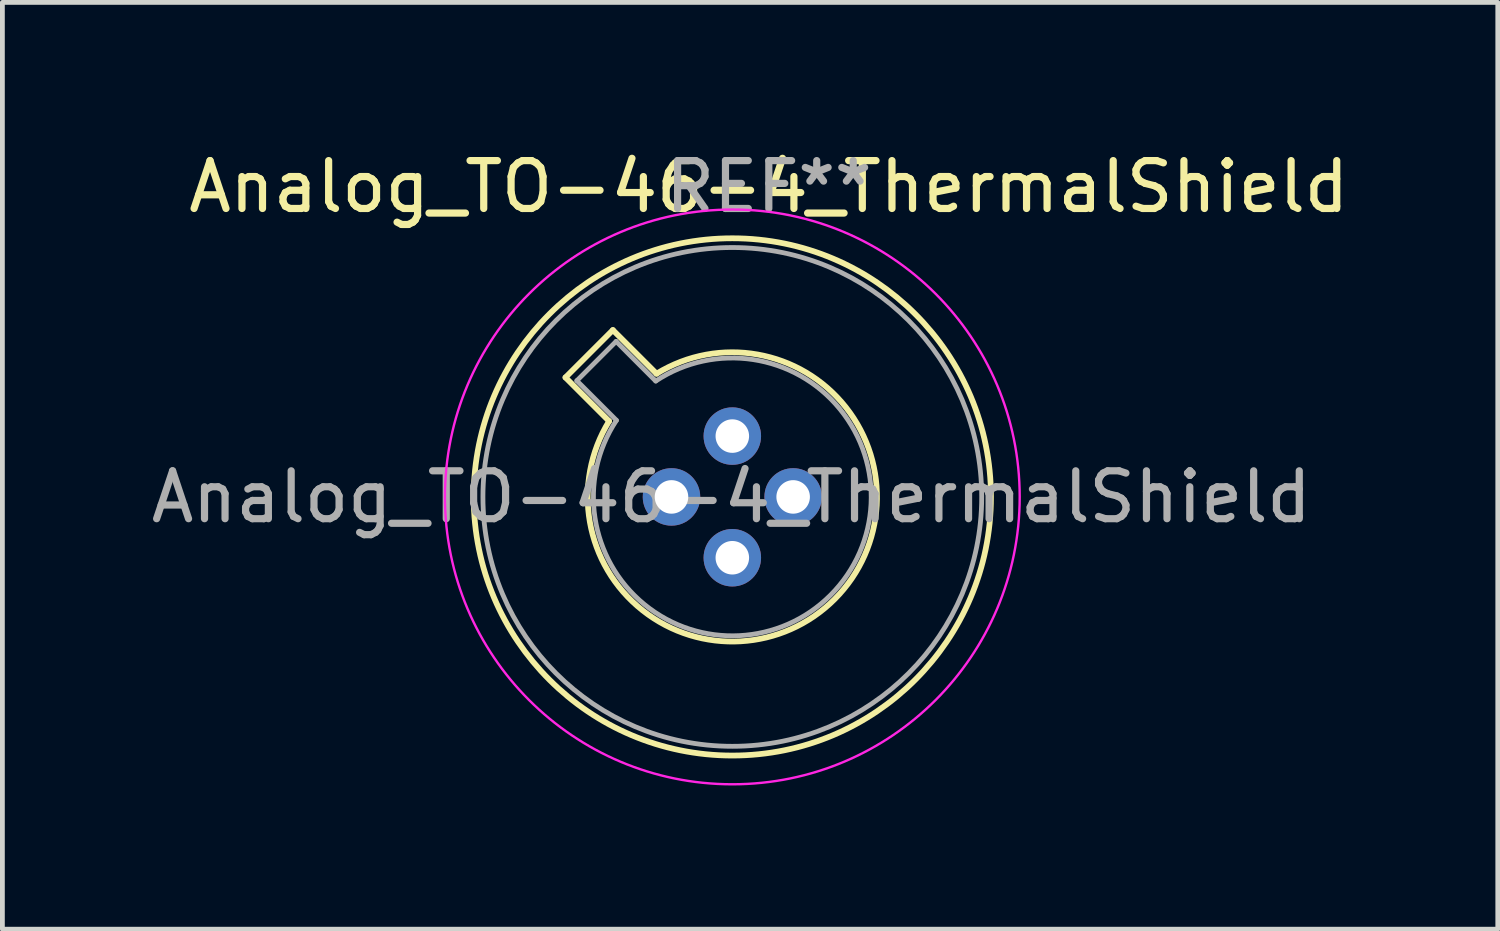
<source format=kicad_pcb>
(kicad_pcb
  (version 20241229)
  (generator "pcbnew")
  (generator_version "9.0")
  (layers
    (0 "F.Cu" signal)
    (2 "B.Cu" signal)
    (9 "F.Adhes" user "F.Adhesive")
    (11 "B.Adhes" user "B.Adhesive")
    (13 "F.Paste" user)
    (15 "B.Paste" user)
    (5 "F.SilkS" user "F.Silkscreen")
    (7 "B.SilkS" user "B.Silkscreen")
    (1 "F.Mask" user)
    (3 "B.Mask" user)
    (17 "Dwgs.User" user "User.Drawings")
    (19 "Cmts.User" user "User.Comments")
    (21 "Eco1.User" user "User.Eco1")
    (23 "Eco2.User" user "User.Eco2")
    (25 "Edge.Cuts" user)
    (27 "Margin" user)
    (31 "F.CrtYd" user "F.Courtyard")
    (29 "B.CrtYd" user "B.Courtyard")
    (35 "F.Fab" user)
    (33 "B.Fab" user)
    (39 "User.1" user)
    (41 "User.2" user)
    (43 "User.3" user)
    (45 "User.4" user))
  (footprint "Analog_TO-46-4_ThermalShield"
    (layer "F.Cu")
    (at 10.97 7.325)
    (property "Reference" "Analog_TO-46-4_ThermalShield" (at 2.032 -6.477 0) (layer "F.SilkS") (effects (font (size 1 1) (thickness 0.15))))
    (attr through_hole)
    (fp_line (start -2.214 -2.494) (end -1.302 -1.582) (stroke (width 0.12) (type solid)) (layer "F.SilkS"))
    (fp_line (start -1.224 -3.484) (end -2.214 -2.494) (stroke (width 0.12) (type solid)) (layer "F.SilkS"))
    (fp_line (start -0.312 -2.572) (end -1.224 -3.484) (stroke (width 0.12) (type solid)) (layer "F.SilkS"))
    (fp_arc (start -0.312331 -2.572281) (mid 3.405374 2.135551) (end -1.30215 -1.582544) (stroke (width 0.12) (type solid)) (layer "F.SilkS"))
    (fp_circle (center 1.27 0) (end 6.67 0) (stroke (width 0.12) (type solid)) (fill no) (layer "F.SilkS"))
    (fp_circle (center 1.27 0) (end 7.27 0) (stroke (width 0.05) (type solid)) (fill no) (layer "F.CrtYd"))
    (fp_line (start -1.977 -2.426) (end -1.149 -1.599) (stroke (width 0.1) (type solid)) (layer "F.Fab"))
    (fp_line (start -1.156 -3.247) (end -1.977 -2.426) (stroke (width 0.1) (type solid)) (layer "F.Fab"))
    (fp_line (start -0.329 -2.419) (end -1.156 -3.247) (stroke (width 0.1) (type solid)) (layer "F.Fab"))
    (fp_arc (start -0.329057 -2.419301) (mid 3.321076 2.050143) (end -1.150029 -1.597956) (stroke (width 0.1) (type solid)) (layer "F.Fab"))
    (fp_circle (center 1.27 0) (end 6.477 0) (stroke (width 0.1) (type solid)) (fill no) (layer "F.Fab"))
    (fp_text user "${REFERENCE}" (at 1.25 0 0) (layer "F.Fab") (effects (font (size 1 1) (thickness 0.15))))
    (fp_text user "REF**" (at 2.032 -6.477 0) (layer "F.Fab") (effects (font (size 1 1) (thickness 0.15))))
    (pad "1" thru_hole circle (at 0 0) (size 1.2 1.2) (drill 0.7) (layers "*.Cu" "*.Mask"))
    (pad "2" thru_hole circle (at 1.27 1.27) (size 1.2 1.2) (drill 0.7) (layers "*.Cu" "*.Mask"))
    (pad "3" thru_hole circle (at 2.54 0) (size 1.2 1.2) (drill 0.7) (layers "*.Cu" "*.Mask"))
    (pad "4" thru_hole circle (at 1.27 -1.27) (size 1.2 1.2) (drill 0.7) (layers "*.Cu" "*.Mask")))
  (gr_rect
    (start -3 -3)
    (end 28.222 16.35)
    (stroke (width 0.1) (type default))
    (fill no)
    (layer "Edge.Cuts")))
</source>
